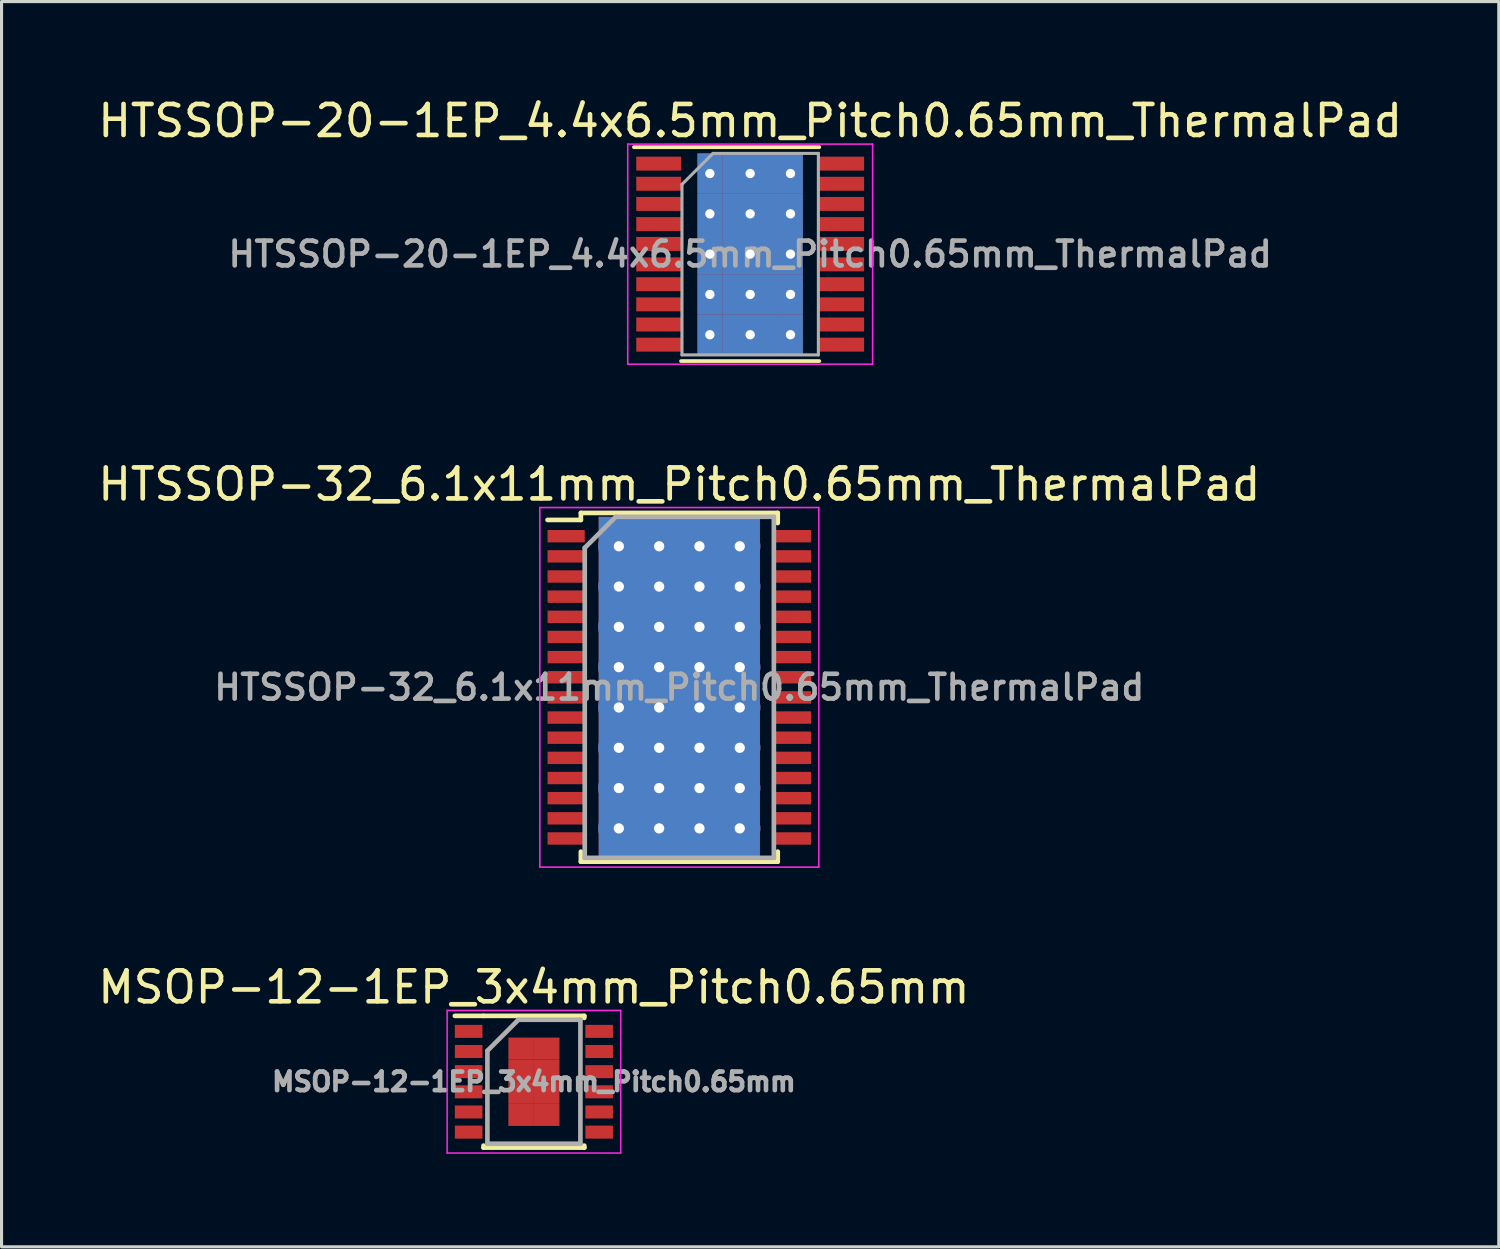
<source format=kicad_pcb>
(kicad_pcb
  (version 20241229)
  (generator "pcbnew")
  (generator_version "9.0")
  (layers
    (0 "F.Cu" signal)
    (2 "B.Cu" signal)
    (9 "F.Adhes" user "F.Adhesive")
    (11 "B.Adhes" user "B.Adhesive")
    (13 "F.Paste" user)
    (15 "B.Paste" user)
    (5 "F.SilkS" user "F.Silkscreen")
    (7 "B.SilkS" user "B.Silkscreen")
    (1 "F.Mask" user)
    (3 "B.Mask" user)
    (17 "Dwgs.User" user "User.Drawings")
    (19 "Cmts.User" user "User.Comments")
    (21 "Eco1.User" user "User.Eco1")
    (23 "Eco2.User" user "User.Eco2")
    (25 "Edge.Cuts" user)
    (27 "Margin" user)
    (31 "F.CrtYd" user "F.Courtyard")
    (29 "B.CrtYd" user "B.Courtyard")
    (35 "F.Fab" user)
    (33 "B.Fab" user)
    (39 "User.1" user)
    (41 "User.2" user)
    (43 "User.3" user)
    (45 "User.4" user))
  (footprint "HTSSOP-20-1EP_4.4x6.5mm_Pitch0.65mm_ThermalPad"
    (layer "F.Cu")
    (at 21.149 5.148)
    (property "Reference" "HTSSOP-20-1EP_4.4x6.5mm_Pitch0.65mm_ThermalPad" (at 0 -4.3 0) (layer "F.SilkS") (effects (font (size 1 1) (thickness 0.15))))
    (attr smd)
    (fp_line (start -3.75 -3.45) (end 2.23 -3.45) (stroke (width 0.12) (type solid)) (layer "F.SilkS"))
    (fp_line (start -2.23 3.45) (end 2.23 3.45) (stroke (width 0.12) (type solid)) (layer "F.SilkS"))
    (fp_line (start -3.95 -3.55) (end -3.95 3.55) (stroke (width 0.05) (type solid)) (layer "F.CrtYd"))
    (fp_line (start -3.95 -3.55) (end 3.95 -3.55) (stroke (width 0.05) (type solid)) (layer "F.CrtYd"))
    (fp_line (start -3.95 3.55) (end 3.95 3.55) (stroke (width 0.05) (type solid)) (layer "F.CrtYd"))
    (fp_line (start 3.95 -3.55) (end 3.95 3.55) (stroke (width 0.05) (type solid)) (layer "F.CrtYd"))
    (fp_line (start -2.2 -2.25) (end -1.2 -3.25) (stroke (width 0.1) (type solid)) (layer "F.Fab"))
    (fp_line (start -2.2 3.25) (end -2.2 -2.25) (stroke (width 0.1) (type solid)) (layer "F.Fab"))
    (fp_line (start -1.2 -3.25) (end 2.2 -3.25) (stroke (width 0.1) (type solid)) (layer "F.Fab"))
    (fp_line (start 2.2 -3.25) (end 2.2 3.25) (stroke (width 0.1) (type solid)) (layer "F.Fab"))
    (fp_line (start 2.2 3.25) (end -2.2 3.25) (stroke (width 0.1) (type solid)) (layer "F.Fab"))
    (fp_text user "${REFERENCE}" (at 0 0 0) (layer "F.Fab") (effects (font (size 0.8 0.8) (thickness 0.15))))
    (pad "1" smd rect (at -2.95 -2.92) (size 1.45 0.45) (layers "F.Cu" "F.Mask" "F.Paste"))
    (pad "2" smd rect (at -2.95 -2.27) (size 1.45 0.45) (layers "F.Cu" "F.Mask" "F.Paste"))
    (pad "3" smd rect (at -2.95 -1.62) (size 1.45 0.45) (layers "F.Cu" "F.Mask" "F.Paste"))
    (pad "4" smd rect (at -2.95 -0.97) (size 1.45 0.45) (layers "F.Cu" "F.Mask" "F.Paste"))
    (pad "5" smd rect (at -2.95 -0.33) (size 1.45 0.45) (layers "F.Cu" "F.Mask" "F.Paste"))
    (pad "6" smd rect (at -2.95 0.33) (size 1.45 0.45) (layers "F.Cu" "F.Mask" "F.Paste"))
    (pad "7" smd rect (at -2.95 0.97) (size 1.45 0.45) (layers "F.Cu" "F.Mask" "F.Paste"))
    (pad "8" smd rect (at -2.95 1.62) (size 1.45 0.45) (layers "F.Cu" "F.Mask" "F.Paste"))
    (pad "9" smd rect (at -2.95 2.27) (size 1.45 0.45) (layers "F.Cu" "F.Mask" "F.Paste"))
    (pad "10" smd rect (at -2.95 2.92) (size 1.45 0.45) (layers "F.Cu" "F.Mask" "F.Paste"))
    (pad "11" smd rect (at 2.95 2.92) (size 1.45 0.45) (layers "F.Cu" "F.Mask" "F.Paste"))
    (pad "12" smd rect (at 2.95 2.27) (size 1.45 0.45) (layers "F.Cu" "F.Mask" "F.Paste"))
    (pad "13" smd rect (at 2.95 1.62) (size 1.45 0.45) (layers "F.Cu" "F.Mask" "F.Paste"))
    (pad "14" smd rect (at 2.95 0.97) (size 1.45 0.45) (layers "F.Cu" "F.Mask" "F.Paste"))
    (pad "15" smd rect (at 2.95 0.33) (size 1.45 0.45) (layers "F.Cu" "F.Mask" "F.Paste"))
    (pad "16" smd rect (at 2.95 -0.33) (size 1.45 0.45) (layers "F.Cu" "F.Mask" "F.Paste"))
    (pad "17" smd rect (at 2.95 -0.97) (size 1.45 0.45) (layers "F.Cu" "F.Mask" "F.Paste"))
    (pad "18" smd rect (at 2.95 -1.62) (size 1.45 0.45) (layers "F.Cu" "F.Mask" "F.Paste"))
    (pad "19" smd rect (at 2.95 -2.27) (size 1.45 0.45) (layers "F.Cu" "F.Mask" "F.Paste"))
    (pad "20" smd rect (at 2.95 -2.92) (size 1.45 0.45) (layers "F.Cu" "F.Mask" "F.Paste"))
    (pad "21" thru_hole rect (at -1.3 -2.6) (size 0.8 1.3) (drill 0.3) (layers "*.Cu" "*.Mask"))
    (pad "21" thru_hole rect (at -1.3 -1.3) (size 0.8 1.3) (drill 0.3) (layers "*.Cu" "*.Mask"))
    (pad "21" thru_hole rect (at -1.3 0) (size 0.8 1.3) (drill 0.3) (layers "*.Cu" "*.Mask"))
    (pad "21" thru_hole rect (at -1.3 1.3) (size 0.8 1.3) (drill 0.3) (layers "*.Cu" "*.Mask"))
    (pad "21" thru_hole rect (at -1.3 2.6) (size 0.8 1.3) (drill 0.3) (layers "*.Cu" "*.Mask"))
    (pad "21" thru_hole rect (at 0 -2.6) (size 1.8 1.3) (drill 0.3) (layers "*.Cu" "*.Mask"))
    (pad "21" thru_hole rect (at 0 -1.3) (size 1.8 1.3) (drill 0.3) (layers "*.Cu" "*.Mask"))
    (pad "21" thru_hole rect (at 0 0) (size 1.8 1.3) (drill 0.3) (layers "*.Cu" "*.Mask"))
    (pad "21" thru_hole rect (at 0 1.3) (size 1.8 1.3) (drill 0.3) (layers "*.Cu" "*.Mask"))
    (pad "21" thru_hole rect (at 0 2.6) (size 1.8 1.3) (drill 0.3) (layers "*.Cu" "*.Mask"))
    (pad "21" thru_hole rect (at 1.3 -2.6) (size 0.8 1.3) (drill 0.3) (layers "*.Cu" "*.Mask"))
    (pad "21" thru_hole rect (at 1.3 -1.3) (size 0.8 1.3) (drill 0.3) (layers "*.Cu" "*.Mask"))
    (pad "21" thru_hole rect (at 1.3 0) (size 0.8 1.3) (drill 0.3) (layers "*.Cu" "*.Mask"))
    (pad "21" thru_hole rect (at 1.3 1.3) (size 0.8 1.3) (drill 0.3) (layers "*.Cu" "*.Mask"))
    (pad "21" thru_hole rect (at 1.3 2.6) (size 0.8 1.3) (drill 0.3) (layers "*.Cu" "*.Mask")))
  (footprint "HTSSOP-32_6.1x11mm_Pitch0.65mm_ThermalPad"
    (layer "F.Cu")
    (at 18.863 19.122)
    (property "Reference" "HTSSOP-32_6.1x11mm_Pitch0.65mm_ThermalPad" (at 0 -6.55 0) (layer "F.SilkS") (effects (font (size 1 1) (thickness 0.15))))
    (attr smd)
    (fp_line (start -4.25 -5.4) (end -3.175 -5.4) (stroke (width 0.15) (type solid)) (layer "F.SilkS"))
    (fp_line (start -3.175 -5.625) (end 3.175 -5.625) (stroke (width 0.15) (type solid)) (layer "F.SilkS"))
    (fp_line (start -3.175 -5.4) (end -3.175 -5.625) (stroke (width 0.15) (type solid)) (layer "F.SilkS"))
    (fp_line (start -3.175 5.3) (end -3.175 5.625) (stroke (width 0.15) (type solid)) (layer "F.SilkS"))
    (fp_line (start -3.175 5.625) (end 3.175 5.625) (stroke (width 0.15) (type solid)) (layer "F.SilkS"))
    (fp_line (start 3.175 -5.625) (end 3.175 -5.3) (stroke (width 0.15) (type solid)) (layer "F.SilkS"))
    (fp_line (start 3.175 5.625) (end 3.175 5.3) (stroke (width 0.15) (type solid)) (layer "F.SilkS"))
    (fp_line (start -4.5 -5.8) (end -4.5 5.8) (stroke (width 0.05) (type solid)) (layer "F.CrtYd"))
    (fp_line (start -4.5 5.8) (end 4.5 5.8) (stroke (width 0.05) (type solid)) (layer "F.CrtYd"))
    (fp_line (start 4.5 -5.8) (end -4.5 -5.8) (stroke (width 0.05) (type solid)) (layer "F.CrtYd"))
    (fp_line (start 4.5 5.8) (end 4.5 -5.8) (stroke (width 0.05) (type solid)) (layer "F.CrtYd"))
    (fp_line (start -3.05 -4.5) (end -2.05 -5.5) (stroke (width 0.15) (type solid)) (layer "F.Fab"))
    (fp_line (start -3.05 5.5) (end -3.05 -4.5) (stroke (width 0.15) (type solid)) (layer "F.Fab"))
    (fp_line (start -2.05 -5.5) (end 3.05 -5.5) (stroke (width 0.15) (type solid)) (layer "F.Fab"))
    (fp_line (start 3.05 -5.5) (end 3.05 5.5) (stroke (width 0.15) (type solid)) (layer "F.Fab"))
    (fp_line (start 3.05 5.5) (end -3.05 5.5) (stroke (width 0.15) (type solid)) (layer "F.Fab"))
    (fp_text user "${REFERENCE}" (at 0 0 0) (layer "F.Fab") (effects (font (size 0.8 0.8) (thickness 0.15))))
    (pad "1" smd rect (at -3.65 -4.875) (size 1.2 0.4) (layers "F.Cu" "F.Mask" "F.Paste"))
    (pad "2" smd rect (at -3.65 -4.225) (size 1.2 0.4) (layers "F.Cu" "F.Mask" "F.Paste"))
    (pad "3" smd rect (at -3.65 -3.575) (size 1.2 0.4) (layers "F.Cu" "F.Mask" "F.Paste"))
    (pad "4" smd rect (at -3.65 -2.925) (size 1.2 0.4) (layers "F.Cu" "F.Mask" "F.Paste"))
    (pad "5" smd rect (at -3.65 -2.275) (size 1.2 0.4) (layers "F.Cu" "F.Mask" "F.Paste"))
    (pad "6" smd rect (at -3.65 -1.625) (size 1.2 0.4) (layers "F.Cu" "F.Mask" "F.Paste"))
    (pad "7" smd rect (at -3.65 -0.975) (size 1.2 0.4) (layers "F.Cu" "F.Mask" "F.Paste"))
    (pad "8" smd rect (at -3.65 -0.325) (size 1.2 0.4) (layers "F.Cu" "F.Mask" "F.Paste"))
    (pad "9" smd rect (at -3.65 0.325) (size 1.2 0.4) (layers "F.Cu" "F.Mask" "F.Paste"))
    (pad "10" smd rect (at -3.65 0.975) (size 1.2 0.4) (layers "F.Cu" "F.Mask" "F.Paste"))
    (pad "11" smd rect (at -3.65 1.625) (size 1.2 0.4) (layers "F.Cu" "F.Mask" "F.Paste"))
    (pad "12" smd rect (at -3.65 2.275) (size 1.2 0.4) (layers "F.Cu" "F.Mask" "F.Paste"))
    (pad "13" smd rect (at -3.65 2.925) (size 1.2 0.4) (layers "F.Cu" "F.Mask" "F.Paste"))
    (pad "14" smd rect (at -3.65 3.575) (size 1.2 0.4) (layers "F.Cu" "F.Mask" "F.Paste"))
    (pad "15" smd rect (at -3.65 4.225) (size 1.2 0.4) (layers "F.Cu" "F.Mask" "F.Paste"))
    (pad "16" smd rect (at -3.65 4.875) (size 1.2 0.4) (layers "F.Cu" "F.Mask" "F.Paste"))
    (pad "17" smd rect (at 3.65 4.875) (size 1.2 0.4) (layers "F.Cu" "F.Mask" "F.Paste"))
    (pad "18" smd rect (at 3.65 4.225) (size 1.2 0.4) (layers "F.Cu" "F.Mask" "F.Paste"))
    (pad "19" smd rect (at 3.65 3.575) (size 1.2 0.4) (layers "F.Cu" "F.Mask" "F.Paste"))
    (pad "20" smd rect (at 3.65 2.925) (size 1.2 0.4) (layers "F.Cu" "F.Mask" "F.Paste"))
    (pad "21" smd rect (at 3.65 2.275) (size 1.2 0.4) (layers "F.Cu" "F.Mask" "F.Paste"))
    (pad "22" smd rect (at 3.65 1.625) (size 1.2 0.4) (layers "F.Cu" "F.Mask" "F.Paste"))
    (pad "23" smd rect (at 3.65 0.975) (size 1.2 0.4) (layers "F.Cu" "F.Mask" "F.Paste"))
    (pad "24" smd rect (at 3.65 0.325) (size 1.2 0.4) (layers "F.Cu" "F.Mask" "F.Paste"))
    (pad "25" smd rect (at 3.65 -0.325) (size 1.2 0.4) (layers "F.Cu" "F.Mask" "F.Paste"))
    (pad "26" smd rect (at 3.65 -0.975) (size 1.2 0.4) (layers "F.Cu" "F.Mask" "F.Paste"))
    (pad "27" smd rect (at 3.65 -1.625) (size 1.2 0.4) (layers "F.Cu" "F.Mask" "F.Paste"))
    (pad "28" smd rect (at 3.65 -2.275) (size 1.2 0.4) (layers "F.Cu" "F.Mask" "F.Paste"))
    (pad "29" smd rect (at 3.65 -2.925) (size 1.2 0.4) (layers "F.Cu" "F.Mask" "F.Paste"))
    (pad "30" smd rect (at 3.65 -3.575) (size 1.2 0.4) (layers "F.Cu" "F.Mask" "F.Paste"))
    (pad "31" smd rect (at 3.65 -4.225) (size 1.2 0.4) (layers "F.Cu" "F.Mask" "F.Paste"))
    (pad "32" smd rect (at 3.65 -4.875) (size 1.2 0.4) (layers "F.Cu" "F.Mask" "F.Paste"))
    (pad "33" thru_hole circle (at -1.95 -4.55) (size 1.33 1.33) (drill 0.33) (layers "*.Cu"))
    (pad "33" thru_hole circle (at -1.95 -3.25) (size 1.33 1.33) (drill 0.33) (layers "*.Cu"))
    (pad "33" thru_hole circle (at -1.95 -1.95) (size 1.33 1.33) (drill 0.33) (layers "*.Cu"))
    (pad "33" thru_hole circle (at -1.95 -0.65) (size 1.33 1.33) (drill 0.33) (layers "*.Cu"))
    (pad "33" thru_hole circle (at -1.95 0.65) (size 1.33 1.33) (drill 0.33) (layers "*.Cu"))
    (pad "33" thru_hole circle (at -1.95 1.95) (size 1.33 1.33) (drill 0.33) (layers "*.Cu"))
    (pad "33" thru_hole circle (at -1.95 3.25) (size 1.33 1.33) (drill 0.33) (layers "*.Cu"))
    (pad "33" thru_hole circle (at -1.95 4.55) (size 1.33 1.33) (drill 0.33) (layers "*.Cu"))
    (pad "33" thru_hole circle (at -0.65 -4.55) (size 1.33 1.33) (drill 0.33) (layers "*.Cu"))
    (pad "33" thru_hole circle (at -0.65 -3.25) (size 1.33 1.33) (drill 0.33) (layers "*.Cu"))
    (pad "33" thru_hole circle (at -0.65 -1.95) (size 1.33 1.33) (drill 0.33) (layers "*.Cu"))
    (pad "33" thru_hole circle (at -0.65 -0.65) (size 1.33 1.33) (drill 0.33) (layers "*.Cu"))
    (pad "33" thru_hole circle (at -0.65 0.65) (size 1.33 1.33) (drill 0.33) (layers "*.Cu"))
    (pad "33" thru_hole circle (at -0.65 1.95) (size 1.33 1.33) (drill 0.33) (layers "*.Cu"))
    (pad "33" thru_hole circle (at -0.65 3.25) (size 1.33 1.33) (drill 0.33) (layers "*.Cu"))
    (pad "33" thru_hole circle (at -0.65 4.55) (size 1.33 1.33) (drill 0.33) (layers "*.Cu"))
    (pad "33" smd rect (at 0 0) (size 4.11 4.36) (layers "F.Cu" "F.Mask" "F.Paste"))
    (pad "33" smd rect (at 0 0) (size 5.2 11) (layers "*.Cu"))
    (pad "33" thru_hole circle (at 0.65 -4.55) (size 1.33 1.33) (drill 0.33) (layers "*.Cu"))
    (pad "33" thru_hole circle (at 0.65 -3.25) (size 1.33 1.33) (drill 0.33) (layers "*.Cu"))
    (pad "33" thru_hole circle (at 0.65 -1.95) (size 1.33 1.33) (drill 0.33) (layers "*.Cu"))
    (pad "33" thru_hole circle (at 0.65 -0.65) (size 1.33 1.33) (drill 0.33) (layers "*.Cu"))
    (pad "33" thru_hole circle (at 0.65 0.65) (size 1.33 1.33) (drill 0.33) (layers "*.Cu"))
    (pad "33" thru_hole circle (at 0.65 1.95) (size 1.33 1.33) (drill 0.33) (layers "*.Cu"))
    (pad "33" thru_hole circle (at 0.65 3.25) (size 1.33 1.33) (drill 0.33) (layers "*.Cu"))
    (pad "33" thru_hole circle (at 0.65 4.55) (size 1.33 1.33) (drill 0.33) (layers "*.Cu"))
    (pad "33" thru_hole circle (at 1.95 -4.55) (size 1.33 1.33) (drill 0.33) (layers "*.Cu"))
    (pad "33" thru_hole circle (at 1.95 -3.25) (size 1.33 1.33) (drill 0.33) (layers "*.Cu"))
    (pad "33" thru_hole circle (at 1.95 -1.95) (size 1.33 1.33) (drill 0.33) (layers "*.Cu"))
    (pad "33" thru_hole circle (at 1.95 -0.65) (size 1.33 1.33) (drill 0.33) (layers "*.Cu"))
    (pad "33" thru_hole circle (at 1.95 0.65) (size 1.33 1.33) (drill 0.33) (layers "*.Cu"))
    (pad "33" thru_hole circle (at 1.95 1.95) (size 1.33 1.33) (drill 0.33) (layers "*.Cu"))
    (pad "33" thru_hole circle (at 1.95 3.25) (size 1.33 1.33) (drill 0.33) (layers "*.Cu"))
    (pad "33" thru_hole circle (at 1.95 4.55) (size 1.33 1.33) (drill 0.33) (layers "*.Cu")))
  (footprint "MSOP-12-1EP_3x4mm_Pitch0.65mm"
    (layer "F.Cu")
    (at 14.173 31.845)
    (property "Reference" "MSOP-12-1EP_3x4mm_Pitch0.65mm" (at 0 -3.05 0) (layer "F.SilkS") (effects (font (size 1 1) (thickness 0.15))))
    (attr smd)
    (fp_line (start -1.625 -2.125) (end -2.55 -2.125) (stroke (width 0.15) (type solid)) (layer "F.SilkS"))
    (fp_line (start -1.625 -2.125) (end 1.625 -2.125) (stroke (width 0.15) (type solid)) (layer "F.SilkS"))
    (fp_line (start -1.625 2.125) (end -1.625 2.06) (stroke (width 0.15) (type solid)) (layer "F.SilkS"))
    (fp_line (start -1.625 2.125) (end 1.625 2.125) (stroke (width 0.15) (type solid)) (layer "F.SilkS"))
    (fp_line (start 1.625 -2.125) (end 1.625 -2.06) (stroke (width 0.15) (type solid)) (layer "F.SilkS"))
    (fp_line (start 1.625 2.125) (end 1.625 2.06) (stroke (width 0.15) (type solid)) (layer "F.SilkS"))
    (fp_line (start -2.8 -2.3) (end -2.8 2.3) (stroke (width 0.05) (type solid)) (layer "F.CrtYd"))
    (fp_line (start -2.8 -2.3) (end 2.8 -2.3) (stroke (width 0.05) (type solid)) (layer "F.CrtYd"))
    (fp_line (start -2.8 2.3) (end 2.8 2.3) (stroke (width 0.05) (type solid)) (layer "F.CrtYd"))
    (fp_line (start 2.8 -2.3) (end 2.8 2.3) (stroke (width 0.05) (type solid)) (layer "F.CrtYd"))
    (fp_line (start -1.5 -1) (end -0.5 -2) (stroke (width 0.15) (type solid)) (layer "F.Fab"))
    (fp_line (start -1.5 2) (end -1.5 -1) (stroke (width 0.15) (type solid)) (layer "F.Fab"))
    (fp_line (start -0.5 -2) (end 1.5 -2) (stroke (width 0.15) (type solid)) (layer "F.Fab"))
    (fp_line (start 1.5 -2) (end 1.5 2) (stroke (width 0.15) (type solid)) (layer "F.Fab"))
    (fp_line (start 1.5 2) (end -1.5 2) (stroke (width 0.15) (type solid)) (layer "F.Fab"))
    (fp_text user "${REFERENCE}" (at 0 0 0) (layer "F.Fab") (effects (font (size 0.6 0.6) (thickness 0.15))))
    (pad "1" smd rect (at -2.105 -1.625) (size 0.89 0.42) (layers "F.Cu" "F.Mask" "F.Paste"))
    (pad "2" smd rect (at -2.105 -0.975) (size 0.89 0.42) (layers "F.Cu" "F.Mask" "F.Paste"))
    (pad "3" smd rect (at -2.105 -0.325) (size 0.89 0.42) (layers "F.Cu" "F.Mask" "F.Paste"))
    (pad "4" smd rect (at -2.105 0.325) (size 0.89 0.42) (layers "F.Cu" "F.Mask" "F.Paste"))
    (pad "5" smd rect (at -2.105 0.975) (size 0.89 0.42) (layers "F.Cu" "F.Mask" "F.Paste"))
    (pad "6" smd rect (at -2.105 1.625) (size 0.89 0.42) (layers "F.Cu" "F.Mask" "F.Paste"))
    (pad "7" smd rect (at 2.105 1.625) (size 0.89 0.42) (layers "F.Cu" "F.Mask" "F.Paste"))
    (pad "8" smd rect (at 2.105 0.975) (size 0.89 0.42) (layers "F.Cu" "F.Mask" "F.Paste"))
    (pad "9" smd rect (at 2.105 0.325) (size 0.89 0.42) (layers "F.Cu" "F.Mask" "F.Paste"))
    (pad "10" smd rect (at 2.105 -0.325) (size 0.89 0.42) (layers "F.Cu" "F.Mask" "F.Paste"))
    (pad "11" smd rect (at 2.105 -0.975) (size 0.89 0.42) (layers "F.Cu" "F.Mask" "F.Paste"))
    (pad "12" smd rect (at 2.105 -1.625) (size 0.89 0.42) (layers "F.Cu" "F.Mask" "F.Paste"))
    (pad "13" smd rect (at -0.412 -1.069) (size 0.825 0.713) (layers "F.Cu" "F.Mask" "F.Paste"))
    (pad "13" smd rect (at -0.412 -0.356) (size 0.825 0.713) (layers "F.Cu" "F.Mask" "F.Paste"))
    (pad "13" smd rect (at -0.412 0.356) (size 0.825 0.713) (layers "F.Cu" "F.Mask" "F.Paste"))
    (pad "13" smd rect (at -0.412 1.069) (size 0.825 0.713) (layers "F.Cu" "F.Mask" "F.Paste"))
    (pad "13" smd rect (at 0.412 -1.069) (size 0.825 0.713) (layers "F.Cu" "F.Mask" "F.Paste"))
    (pad "13" smd rect (at 0.412 -0.356) (size 0.825 0.713) (layers "F.Cu" "F.Mask" "F.Paste"))
    (pad "13" smd rect (at 0.412 0.356) (size 0.825 0.713) (layers "F.Cu" "F.Mask" "F.Paste"))
    (pad "13" smd rect (at 0.412 1.069) (size 0.825 0.713) (layers "F.Cu" "F.Mask" "F.Paste")))
  (gr_rect
    (start -3 -3)
    (end 45.298 37.17)
    (stroke (width 0.1) (type default))
    (fill no)
    (layer "Edge.Cuts")))
</source>
